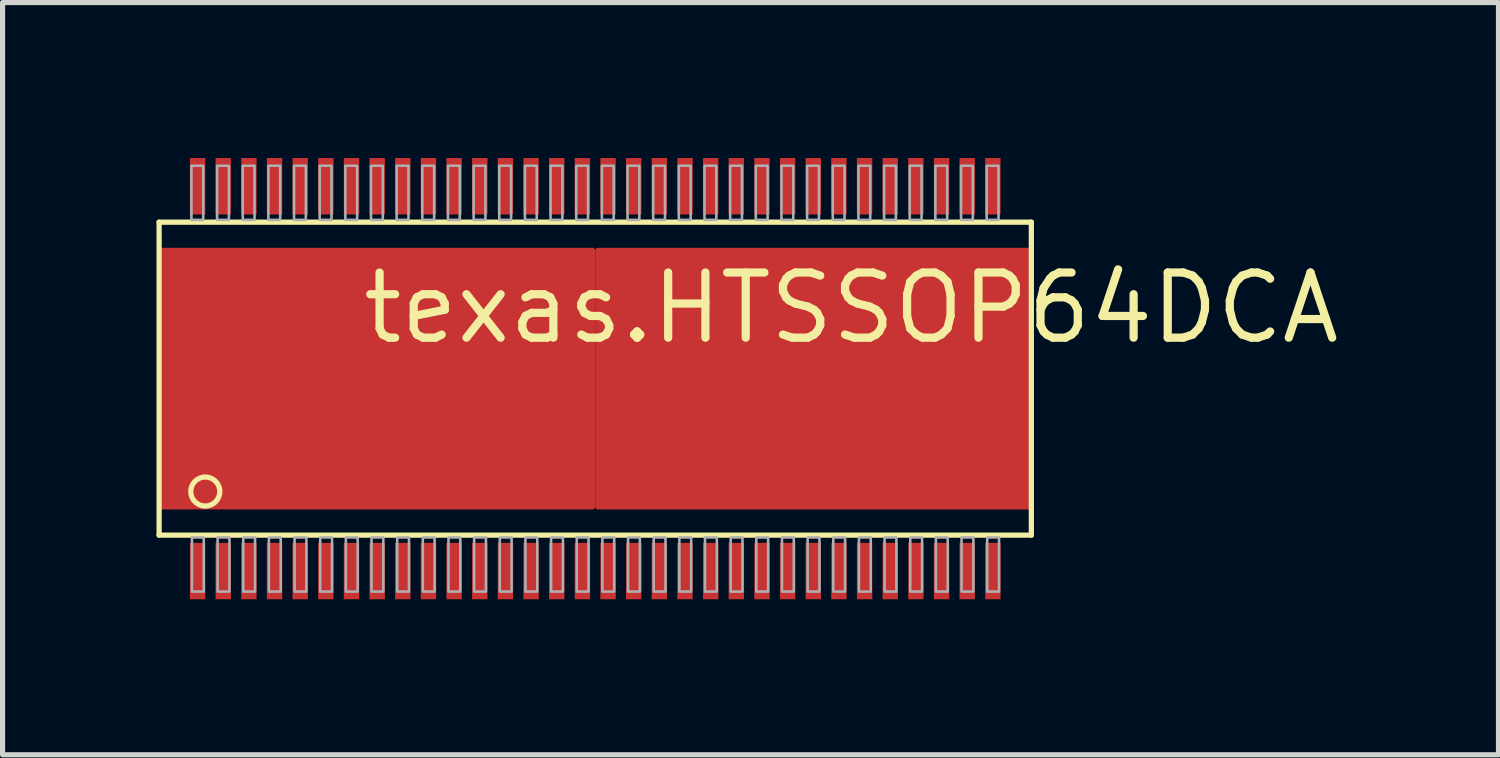
<source format=kicad_pcb>
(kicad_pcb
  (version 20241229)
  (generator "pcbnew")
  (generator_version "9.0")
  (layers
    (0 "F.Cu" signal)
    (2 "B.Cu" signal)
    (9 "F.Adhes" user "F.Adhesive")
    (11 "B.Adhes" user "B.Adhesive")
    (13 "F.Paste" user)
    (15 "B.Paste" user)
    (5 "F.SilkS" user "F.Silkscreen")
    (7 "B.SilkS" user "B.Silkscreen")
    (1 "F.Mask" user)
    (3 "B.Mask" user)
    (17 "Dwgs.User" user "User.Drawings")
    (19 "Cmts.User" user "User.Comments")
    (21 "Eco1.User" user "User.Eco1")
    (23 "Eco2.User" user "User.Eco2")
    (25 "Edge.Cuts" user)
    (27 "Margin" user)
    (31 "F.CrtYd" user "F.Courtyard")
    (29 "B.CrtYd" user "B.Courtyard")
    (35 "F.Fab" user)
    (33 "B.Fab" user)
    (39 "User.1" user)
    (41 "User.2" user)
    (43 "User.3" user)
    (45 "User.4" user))
  (footprint "texas.HTSSOP64DCA"
    (layer "F.Cu")
    (at 8.551 4.33)
    (property "Reference" "texas.HTSSOP64DCA" (at -4.61 -0.635 0) (layer "F.SilkS") (effects (font (size 1.27 1.27) (thickness 0.16)) (justify left bottom)))
    (attr smd)
    (fp_rect (start -8.5 2.55) (end 8.5 -2.54) (stroke (width 0.05) (type default)) (fill yes) (layer "F.Mask"))
    (fp_rect (start -7.905 -3.195) (end -7.595 -4.305) (stroke (width 0.05) (type default)) (fill yes) (layer "F.Mask"))
    (fp_rect (start -7.905 4.305) (end -7.595 3.195) (stroke (width 0.05) (type default)) (fill yes) (layer "F.Mask"))
    (fp_rect (start -7.405 -3.195) (end -7.095 -4.305) (stroke (width 0.05) (type default)) (fill yes) (layer "F.Mask"))
    (fp_rect (start -7.405 4.305) (end -7.095 3.195) (stroke (width 0.05) (type default)) (fill yes) (layer "F.Mask"))
    (fp_rect (start -6.905 -3.195) (end -6.595 -4.305) (stroke (width 0.05) (type default)) (fill yes) (layer "F.Mask"))
    (fp_rect (start -6.905 4.305) (end -6.595 3.195) (stroke (width 0.05) (type default)) (fill yes) (layer "F.Mask"))
    (fp_rect (start -6.405 -3.195) (end -6.095 -4.305) (stroke (width 0.05) (type default)) (fill yes) (layer "F.Mask"))
    (fp_rect (start -6.405 4.305) (end -6.095 3.195) (stroke (width 0.05) (type default)) (fill yes) (layer "F.Mask"))
    (fp_rect (start -5.905 -3.195) (end -5.595 -4.305) (stroke (width 0.05) (type default)) (fill yes) (layer "F.Mask"))
    (fp_rect (start -5.905 4.305) (end -5.595 3.195) (stroke (width 0.05) (type default)) (fill yes) (layer "F.Mask"))
    (fp_rect (start -5.405 -3.195) (end -5.095 -4.305) (stroke (width 0.05) (type default)) (fill yes) (layer "F.Mask"))
    (fp_rect (start -5.405 4.305) (end -5.095 3.195) (stroke (width 0.05) (type default)) (fill yes) (layer "F.Mask"))
    (fp_rect (start -4.905 -3.195) (end -4.595 -4.305) (stroke (width 0.05) (type default)) (fill yes) (layer "F.Mask"))
    (fp_rect (start -4.905 4.305) (end -4.595 3.195) (stroke (width 0.05) (type default)) (fill yes) (layer "F.Mask"))
    (fp_rect (start -4.405 -3.195) (end -4.095 -4.305) (stroke (width 0.05) (type default)) (fill yes) (layer "F.Mask"))
    (fp_rect (start -4.405 4.305) (end -4.095 3.195) (stroke (width 0.05) (type default)) (fill yes) (layer "F.Mask"))
    (fp_rect (start -3.905 -3.195) (end -3.595 -4.305) (stroke (width 0.05) (type default)) (fill yes) (layer "F.Mask"))
    (fp_rect (start -3.905 4.305) (end -3.595 3.195) (stroke (width 0.05) (type default)) (fill yes) (layer "F.Mask"))
    (fp_rect (start -3.405 -3.195) (end -3.095 -4.305) (stroke (width 0.05) (type default)) (fill yes) (layer "F.Mask"))
    (fp_rect (start -3.405 4.305) (end -3.095 3.195) (stroke (width 0.05) (type default)) (fill yes) (layer "F.Mask"))
    (fp_rect (start -2.905 -3.195) (end -2.595 -4.305) (stroke (width 0.05) (type default)) (fill yes) (layer "F.Mask"))
    (fp_rect (start -2.905 4.305) (end -2.595 3.195) (stroke (width 0.05) (type default)) (fill yes) (layer "F.Mask"))
    (fp_rect (start -2.405 -3.195) (end -2.095 -4.305) (stroke (width 0.05) (type default)) (fill yes) (layer "F.Mask"))
    (fp_rect (start -2.405 4.305) (end -2.095 3.195) (stroke (width 0.05) (type default)) (fill yes) (layer "F.Mask"))
    (fp_rect (start -1.905 -3.195) (end -1.595 -4.305) (stroke (width 0.05) (type default)) (fill yes) (layer "F.Mask"))
    (fp_rect (start -1.905 4.305) (end -1.595 3.195) (stroke (width 0.05) (type default)) (fill yes) (layer "F.Mask"))
    (fp_rect (start -1.405 -3.195) (end -1.095 -4.305) (stroke (width 0.05) (type default)) (fill yes) (layer "F.Mask"))
    (fp_rect (start -1.405 4.305) (end -1.095 3.195) (stroke (width 0.05) (type default)) (fill yes) (layer "F.Mask"))
    (fp_rect (start -0.905 -3.195) (end -0.595 -4.305) (stroke (width 0.05) (type default)) (fill yes) (layer "F.Mask"))
    (fp_rect (start -0.905 4.305) (end -0.595 3.195) (stroke (width 0.05) (type default)) (fill yes) (layer "F.Mask"))
    (fp_rect (start -0.405 -3.195) (end -0.095 -4.305) (stroke (width 0.05) (type default)) (fill yes) (layer "F.Mask"))
    (fp_rect (start -0.405 4.305) (end -0.095 3.195) (stroke (width 0.05) (type default)) (fill yes) (layer "F.Mask"))
    (fp_rect (start 0.095 -3.195) (end 0.405 -4.305) (stroke (width 0.05) (type default)) (fill yes) (layer "F.Mask"))
    (fp_rect (start 0.095 4.305) (end 0.405 3.195) (stroke (width 0.05) (type default)) (fill yes) (layer "F.Mask"))
    (fp_rect (start 0.595 -3.195) (end 0.905 -4.305) (stroke (width 0.05) (type default)) (fill yes) (layer "F.Mask"))
    (fp_rect (start 0.595 4.305) (end 0.905 3.195) (stroke (width 0.05) (type default)) (fill yes) (layer "F.Mask"))
    (fp_rect (start 1.095 -3.195) (end 1.405 -4.305) (stroke (width 0.05) (type default)) (fill yes) (layer "F.Mask"))
    (fp_rect (start 1.095 4.305) (end 1.405 3.195) (stroke (width 0.05) (type default)) (fill yes) (layer "F.Mask"))
    (fp_rect (start 1.595 -3.195) (end 1.905 -4.305) (stroke (width 0.05) (type default)) (fill yes) (layer "F.Mask"))
    (fp_rect (start 1.595 4.305) (end 1.905 3.195) (stroke (width 0.05) (type default)) (fill yes) (layer "F.Mask"))
    (fp_rect (start 2.095 -3.195) (end 2.405 -4.305) (stroke (width 0.05) (type default)) (fill yes) (layer "F.Mask"))
    (fp_rect (start 2.095 4.305) (end 2.405 3.195) (stroke (width 0.05) (type default)) (fill yes) (layer "F.Mask"))
    (fp_rect (start 2.595 -3.195) (end 2.905 -4.305) (stroke (width 0.05) (type default)) (fill yes) (layer "F.Mask"))
    (fp_rect (start 2.595 4.305) (end 2.905 3.195) (stroke (width 0.05) (type default)) (fill yes) (layer "F.Mask"))
    (fp_rect (start 3.095 -3.195) (end 3.405 -4.305) (stroke (width 0.05) (type default)) (fill yes) (layer "F.Mask"))
    (fp_rect (start 3.095 4.305) (end 3.405 3.195) (stroke (width 0.05) (type default)) (fill yes) (layer "F.Mask"))
    (fp_rect (start 3.595 -3.195) (end 3.905 -4.305) (stroke (width 0.05) (type default)) (fill yes) (layer "F.Mask"))
    (fp_rect (start 3.595 4.305) (end 3.905 3.195) (stroke (width 0.05) (type default)) (fill yes) (layer "F.Mask"))
    (fp_rect (start 4.095 -3.195) (end 4.405 -4.305) (stroke (width 0.05) (type default)) (fill yes) (layer "F.Mask"))
    (fp_rect (start 4.095 4.305) (end 4.405 3.195) (stroke (width 0.05) (type default)) (fill yes) (layer "F.Mask"))
    (fp_rect (start 4.595 -3.195) (end 4.905 -4.305) (stroke (width 0.05) (type default)) (fill yes) (layer "F.Mask"))
    (fp_rect (start 4.595 4.305) (end 4.905 3.195) (stroke (width 0.05) (type default)) (fill yes) (layer "F.Mask"))
    (fp_rect (start 5.095 -3.195) (end 5.405 -4.305) (stroke (width 0.05) (type default)) (fill yes) (layer "F.Mask"))
    (fp_rect (start 5.095 4.305) (end 5.405 3.195) (stroke (width 0.05) (type default)) (fill yes) (layer "F.Mask"))
    (fp_rect (start 5.595 -3.195) (end 5.905 -4.305) (stroke (width 0.05) (type default)) (fill yes) (layer "F.Mask"))
    (fp_rect (start 5.595 4.305) (end 5.905 3.195) (stroke (width 0.05) (type default)) (fill yes) (layer "F.Mask"))
    (fp_rect (start 6.095 -3.195) (end 6.405 -4.305) (stroke (width 0.05) (type default)) (fill yes) (layer "F.Mask"))
    (fp_rect (start 6.095 4.305) (end 6.405 3.195) (stroke (width 0.05) (type default)) (fill yes) (layer "F.Mask"))
    (fp_rect (start 6.595 -3.195) (end 6.905 -4.305) (stroke (width 0.05) (type default)) (fill yes) (layer "F.Mask"))
    (fp_rect (start 6.595 4.305) (end 6.905 3.195) (stroke (width 0.05) (type default)) (fill yes) (layer "F.Mask"))
    (fp_rect (start 7.095 -3.195) (end 7.405 -4.305) (stroke (width 0.05) (type default)) (fill yes) (layer "F.Mask"))
    (fp_rect (start 7.095 4.305) (end 7.405 3.195) (stroke (width 0.05) (type default)) (fill yes) (layer "F.Mask"))
    (fp_rect (start 7.595 -3.195) (end 7.905 -4.305) (stroke (width 0.05) (type default)) (fill yes) (layer "F.Mask"))
    (fp_rect (start 7.595 4.305) (end 7.905 3.195) (stroke (width 0.05) (type default)) (fill yes) (layer "F.Mask"))
    (fp_line (start -8.5 -3.05) (end 8.5 -3.05) (stroke (width 0.102) (type default)) (layer "F.SilkS"))
    (fp_line (start -8.5 3.05) (end -8.5 -3.05) (stroke (width 0.102) (type default)) (layer "F.SilkS"))
    (fp_line (start 8.5 -3.05) (end 8.5 3.05) (stroke (width 0.102) (type default)) (layer "F.SilkS"))
    (fp_line (start 8.5 3.05) (end -8.5 3.05) (stroke (width 0.102) (type default)) (layer "F.SilkS"))
    (fp_circle (center -7.6 2.2) (end -7.317 2.2) (stroke (width 0.102) (type default)) (fill no) (layer "F.SilkS"))
    (fp_rect (start -7.89 -3.215) (end -7.61 -4.285) (stroke (width 0.05) (type default)) (fill yes) (layer "F.Paste"))
    (fp_rect (start -7.89 4.285) (end -7.61 3.215) (stroke (width 0.05) (type default)) (fill yes) (layer "F.Paste"))
    (fp_rect (start -7.39 -3.215) (end -7.11 -4.285) (stroke (width 0.05) (type default)) (fill yes) (layer "F.Paste"))
    (fp_rect (start -7.39 4.285) (end -7.11 3.215) (stroke (width 0.05) (type default)) (fill yes) (layer "F.Paste"))
    (fp_rect (start -6.89 -3.215) (end -6.61 -4.285) (stroke (width 0.05) (type default)) (fill yes) (layer "F.Paste"))
    (fp_rect (start -6.89 4.285) (end -6.61 3.215) (stroke (width 0.05) (type default)) (fill yes) (layer "F.Paste"))
    (fp_rect (start -6.39 -3.215) (end -6.11 -4.285) (stroke (width 0.05) (type default)) (fill yes) (layer "F.Paste"))
    (fp_rect (start -6.39 4.285) (end -6.11 3.215) (stroke (width 0.05) (type default)) (fill yes) (layer "F.Paste"))
    (fp_rect (start -5.89 -3.215) (end -5.61 -4.285) (stroke (width 0.05) (type default)) (fill yes) (layer "F.Paste"))
    (fp_rect (start -5.89 4.285) (end -5.61 3.215) (stroke (width 0.05) (type default)) (fill yes) (layer "F.Paste"))
    (fp_rect (start -5.39 -3.215) (end -5.11 -4.285) (stroke (width 0.05) (type default)) (fill yes) (layer "F.Paste"))
    (fp_rect (start -5.39 4.285) (end -5.11 3.215) (stroke (width 0.05) (type default)) (fill yes) (layer "F.Paste"))
    (fp_rect (start -4.89 -3.215) (end -4.61 -4.285) (stroke (width 0.05) (type default)) (fill yes) (layer "F.Paste"))
    (fp_rect (start -4.89 4.285) (end -4.61 3.215) (stroke (width 0.05) (type default)) (fill yes) (layer "F.Paste"))
    (fp_rect (start -4.39 -3.215) (end -4.11 -4.285) (stroke (width 0.05) (type default)) (fill yes) (layer "F.Paste"))
    (fp_rect (start -4.39 4.285) (end -4.11 3.215) (stroke (width 0.05) (type default)) (fill yes) (layer "F.Paste"))
    (fp_rect (start -3.89 -3.215) (end -3.61 -4.285) (stroke (width 0.05) (type default)) (fill yes) (layer "F.Paste"))
    (fp_rect (start -3.89 4.285) (end -3.61 3.215) (stroke (width 0.05) (type default)) (fill yes) (layer "F.Paste"))
    (fp_rect (start -3.39 -3.215) (end -3.11 -4.285) (stroke (width 0.05) (type default)) (fill yes) (layer "F.Paste"))
    (fp_rect (start -3.39 4.285) (end -3.11 3.215) (stroke (width 0.05) (type default)) (fill yes) (layer "F.Paste"))
    (fp_rect (start -2.89 -3.215) (end -2.61 -4.285) (stroke (width 0.05) (type default)) (fill yes) (layer "F.Paste"))
    (fp_rect (start -2.89 4.285) (end -2.61 3.215) (stroke (width 0.05) (type default)) (fill yes) (layer "F.Paste"))
    (fp_rect (start -2.39 -3.215) (end -2.11 -4.285) (stroke (width 0.05) (type default)) (fill yes) (layer "F.Paste"))
    (fp_rect (start -2.39 4.285) (end -2.11 3.215) (stroke (width 0.05) (type default)) (fill yes) (layer "F.Paste"))
    (fp_rect (start -1.89 -3.215) (end -1.61 -4.285) (stroke (width 0.05) (type default)) (fill yes) (layer "F.Paste"))
    (fp_rect (start -1.89 4.285) (end -1.61 3.215) (stroke (width 0.05) (type default)) (fill yes) (layer "F.Paste"))
    (fp_rect (start -1.39 -3.215) (end -1.11 -4.285) (stroke (width 0.05) (type default)) (fill yes) (layer "F.Paste"))
    (fp_rect (start -1.39 4.285) (end -1.11 3.215) (stroke (width 0.05) (type default)) (fill yes) (layer "F.Paste"))
    (fp_rect (start -0.89 -3.215) (end -0.61 -4.285) (stroke (width 0.05) (type default)) (fill yes) (layer "F.Paste"))
    (fp_rect (start -0.89 4.285) (end -0.61 3.215) (stroke (width 0.05) (type default)) (fill yes) (layer "F.Paste"))
    (fp_rect (start -0.39 -3.215) (end -0.11 -4.285) (stroke (width 0.05) (type default)) (fill yes) (layer "F.Paste"))
    (fp_rect (start -0.39 4.285) (end -0.11 3.215) (stroke (width 0.05) (type default)) (fill yes) (layer "F.Paste"))
    (fp_rect (start 0.11 -3.215) (end 0.39 -4.285) (stroke (width 0.05) (type default)) (fill yes) (layer "F.Paste"))
    (fp_rect (start 0.11 4.285) (end 0.39 3.215) (stroke (width 0.05) (type default)) (fill yes) (layer "F.Paste"))
    (fp_rect (start 0.61 -3.215) (end 0.89 -4.285) (stroke (width 0.05) (type default)) (fill yes) (layer "F.Paste"))
    (fp_rect (start 0.61 4.285) (end 0.89 3.215) (stroke (width 0.05) (type default)) (fill yes) (layer "F.Paste"))
    (fp_rect (start 1.11 -3.215) (end 1.39 -4.285) (stroke (width 0.05) (type default)) (fill yes) (layer "F.Paste"))
    (fp_rect (start 1.11 4.285) (end 1.39 3.215) (stroke (width 0.05) (type default)) (fill yes) (layer "F.Paste"))
    (fp_rect (start 1.61 -3.215) (end 1.89 -4.285) (stroke (width 0.05) (type default)) (fill yes) (layer "F.Paste"))
    (fp_rect (start 1.61 4.285) (end 1.89 3.215) (stroke (width 0.05) (type default)) (fill yes) (layer "F.Paste"))
    (fp_rect (start 2.11 -3.215) (end 2.39 -4.285) (stroke (width 0.05) (type default)) (fill yes) (layer "F.Paste"))
    (fp_rect (start 2.11 4.285) (end 2.39 3.215) (stroke (width 0.05) (type default)) (fill yes) (layer "F.Paste"))
    (fp_rect (start 2.61 -3.215) (end 2.89 -4.285) (stroke (width 0.05) (type default)) (fill yes) (layer "F.Paste"))
    (fp_rect (start 2.61 4.285) (end 2.89 3.215) (stroke (width 0.05) (type default)) (fill yes) (layer "F.Paste"))
    (fp_rect (start 3.11 -3.215) (end 3.39 -4.285) (stroke (width 0.05) (type default)) (fill yes) (layer "F.Paste"))
    (fp_rect (start 3.11 4.285) (end 3.39 3.215) (stroke (width 0.05) (type default)) (fill yes) (layer "F.Paste"))
    (fp_rect (start 3.61 -3.215) (end 3.89 -4.285) (stroke (width 0.05) (type default)) (fill yes) (layer "F.Paste"))
    (fp_rect (start 3.61 4.285) (end 3.89 3.215) (stroke (width 0.05) (type default)) (fill yes) (layer "F.Paste"))
    (fp_rect (start 4.11 -3.215) (end 4.39 -4.285) (stroke (width 0.05) (type default)) (fill yes) (layer "F.Paste"))
    (fp_rect (start 4.11 4.285) (end 4.39 3.215) (stroke (width 0.05) (type default)) (fill yes) (layer "F.Paste"))
    (fp_rect (start 4.61 -3.215) (end 4.89 -4.285) (stroke (width 0.05) (type default)) (fill yes) (layer "F.Paste"))
    (fp_rect (start 4.61 4.285) (end 4.89 3.215) (stroke (width 0.05) (type default)) (fill yes) (layer "F.Paste"))
    (fp_rect (start 5.11 -3.215) (end 5.39 -4.285) (stroke (width 0.05) (type default)) (fill yes) (layer "F.Paste"))
    (fp_rect (start 5.11 4.285) (end 5.39 3.215) (stroke (width 0.05) (type default)) (fill yes) (layer "F.Paste"))
    (fp_rect (start 5.61 -3.215) (end 5.89 -4.285) (stroke (width 0.05) (type default)) (fill yes) (layer "F.Paste"))
    (fp_rect (start 5.61 4.285) (end 5.89 3.215) (stroke (width 0.05) (type default)) (fill yes) (layer "F.Paste"))
    (fp_rect (start 6.11 -3.215) (end 6.39 -4.285) (stroke (width 0.05) (type default)) (fill yes) (layer "F.Paste"))
    (fp_rect (start 6.11 4.285) (end 6.39 3.215) (stroke (width 0.05) (type default)) (fill yes) (layer "F.Paste"))
    (fp_rect (start 6.61 -3.215) (end 6.89 -4.285) (stroke (width 0.05) (type default)) (fill yes) (layer "F.Paste"))
    (fp_rect (start 6.61 4.285) (end 6.89 3.215) (stroke (width 0.05) (type default)) (fill yes) (layer "F.Paste"))
    (fp_rect (start 7.11 -3.215) (end 7.39 -4.285) (stroke (width 0.05) (type default)) (fill yes) (layer "F.Paste"))
    (fp_rect (start 7.11 4.285) (end 7.39 3.215) (stroke (width 0.05) (type default)) (fill yes) (layer "F.Paste"))
    (fp_rect (start 7.61 -3.215) (end 7.89 -4.285) (stroke (width 0.05) (type default)) (fill yes) (layer "F.Paste"))
    (fp_rect (start 7.61 4.285) (end 7.89 3.215) (stroke (width 0.05) (type default)) (fill yes) (layer "F.Paste"))
    (fp_rect (start -7.87 -3.095) (end -7.64 -4.15) (stroke (width 0.05) (type default)) (fill no) (layer "F.Fab"))
    (fp_rect (start -7.86 4.15) (end -7.63 3.095) (stroke (width 0.05) (type default)) (fill no) (layer "F.Fab"))
    (fp_rect (start -7.37 -3.095) (end -7.14 -4.15) (stroke (width 0.05) (type default)) (fill no) (layer "F.Fab"))
    (fp_rect (start -7.36 4.15) (end -7.13 3.095) (stroke (width 0.05) (type default)) (fill no) (layer "F.Fab"))
    (fp_rect (start -6.87 -3.095) (end -6.64 -4.15) (stroke (width 0.05) (type default)) (fill no) (layer "F.Fab"))
    (fp_rect (start -6.86 4.15) (end -6.63 3.095) (stroke (width 0.05) (type default)) (fill no) (layer "F.Fab"))
    (fp_rect (start -6.37 -3.095) (end -6.14 -4.15) (stroke (width 0.05) (type default)) (fill no) (layer "F.Fab"))
    (fp_rect (start -6.36 4.15) (end -6.13 3.095) (stroke (width 0.05) (type default)) (fill no) (layer "F.Fab"))
    (fp_rect (start -5.87 -3.095) (end -5.64 -4.15) (stroke (width 0.05) (type default)) (fill no) (layer "F.Fab"))
    (fp_rect (start -5.86 4.15) (end -5.63 3.095) (stroke (width 0.05) (type default)) (fill no) (layer "F.Fab"))
    (fp_rect (start -5.37 -3.095) (end -5.14 -4.15) (stroke (width 0.05) (type default)) (fill no) (layer "F.Fab"))
    (fp_rect (start -5.36 4.15) (end -5.13 3.095) (stroke (width 0.05) (type default)) (fill no) (layer "F.Fab"))
    (fp_rect (start -4.87 -3.095) (end -4.64 -4.15) (stroke (width 0.05) (type default)) (fill no) (layer "F.Fab"))
    (fp_rect (start -4.86 4.15) (end -4.63 3.095) (stroke (width 0.05) (type default)) (fill no) (layer "F.Fab"))
    (fp_rect (start -4.37 -3.095) (end -4.14 -4.15) (stroke (width 0.05) (type default)) (fill no) (layer "F.Fab"))
    (fp_rect (start -4.36 4.15) (end -4.13 3.095) (stroke (width 0.05) (type default)) (fill no) (layer "F.Fab"))
    (fp_rect (start -3.87 -3.095) (end -3.64 -4.15) (stroke (width 0.05) (type default)) (fill no) (layer "F.Fab"))
    (fp_rect (start -3.86 4.15) (end -3.63 3.095) (stroke (width 0.05) (type default)) (fill no) (layer "F.Fab"))
    (fp_rect (start -3.37 -3.095) (end -3.14 -4.15) (stroke (width 0.05) (type default)) (fill no) (layer "F.Fab"))
    (fp_rect (start -3.36 4.15) (end -3.13 3.095) (stroke (width 0.05) (type default)) (fill no) (layer "F.Fab"))
    (fp_rect (start -2.87 -3.095) (end -2.64 -4.15) (stroke (width 0.05) (type default)) (fill no) (layer "F.Fab"))
    (fp_rect (start -2.86 4.15) (end -2.63 3.095) (stroke (width 0.05) (type default)) (fill no) (layer "F.Fab"))
    (fp_rect (start -2.37 -3.095) (end -2.14 -4.15) (stroke (width 0.05) (type default)) (fill no) (layer "F.Fab"))
    (fp_rect (start -2.36 4.15) (end -2.13 3.095) (stroke (width 0.05) (type default)) (fill no) (layer "F.Fab"))
    (fp_rect (start -1.87 -3.095) (end -1.64 -4.15) (stroke (width 0.05) (type default)) (fill no) (layer "F.Fab"))
    (fp_rect (start -1.86 4.15) (end -1.63 3.095) (stroke (width 0.05) (type default)) (fill no) (layer "F.Fab"))
    (fp_rect (start -1.37 -3.095) (end -1.14 -4.15) (stroke (width 0.05) (type default)) (fill no) (layer "F.Fab"))
    (fp_rect (start -1.36 4.15) (end -1.13 3.095) (stroke (width 0.05) (type default)) (fill no) (layer "F.Fab"))
    (fp_rect (start -0.87 -3.095) (end -0.64 -4.15) (stroke (width 0.05) (type default)) (fill no) (layer "F.Fab"))
    (fp_rect (start -0.86 4.15) (end -0.63 3.095) (stroke (width 0.05) (type default)) (fill no) (layer "F.Fab"))
    (fp_rect (start -0.37 -3.095) (end -0.14 -4.15) (stroke (width 0.05) (type default)) (fill no) (layer "F.Fab"))
    (fp_rect (start -0.36 4.15) (end -0.13 3.095) (stroke (width 0.05) (type default)) (fill no) (layer "F.Fab"))
    (fp_rect (start 0.13 -3.095) (end 0.36 -4.15) (stroke (width 0.05) (type default)) (fill no) (layer "F.Fab"))
    (fp_rect (start 0.14 4.15) (end 0.37 3.095) (stroke (width 0.05) (type default)) (fill no) (layer "F.Fab"))
    (fp_rect (start 0.63 -3.095) (end 0.86 -4.15) (stroke (width 0.05) (type default)) (fill no) (layer "F.Fab"))
    (fp_rect (start 0.64 4.15) (end 0.87 3.095) (stroke (width 0.05) (type default)) (fill no) (layer "F.Fab"))
    (fp_rect (start 1.13 -3.095) (end 1.36 -4.15) (stroke (width 0.05) (type default)) (fill no) (layer "F.Fab"))
    (fp_rect (start 1.14 4.15) (end 1.37 3.095) (stroke (width 0.05) (type default)) (fill no) (layer "F.Fab"))
    (fp_rect (start 1.63 -3.095) (end 1.86 -4.15) (stroke (width 0.05) (type default)) (fill no) (layer "F.Fab"))
    (fp_rect (start 1.64 4.15) (end 1.87 3.095) (stroke (width 0.05) (type default)) (fill no) (layer "F.Fab"))
    (fp_rect (start 2.13 -3.095) (end 2.36 -4.15) (stroke (width 0.05) (type default)) (fill no) (layer "F.Fab"))
    (fp_rect (start 2.14 4.15) (end 2.37 3.095) (stroke (width 0.05) (type default)) (fill no) (layer "F.Fab"))
    (fp_rect (start 2.63 -3.095) (end 2.86 -4.15) (stroke (width 0.05) (type default)) (fill no) (layer "F.Fab"))
    (fp_rect (start 2.64 4.15) (end 2.87 3.095) (stroke (width 0.05) (type default)) (fill no) (layer "F.Fab"))
    (fp_rect (start 3.13 -3.095) (end 3.36 -4.15) (stroke (width 0.05) (type default)) (fill no) (layer "F.Fab"))
    (fp_rect (start 3.14 4.15) (end 3.37 3.095) (stroke (width 0.05) (type default)) (fill no) (layer "F.Fab"))
    (fp_rect (start 3.63 -3.095) (end 3.86 -4.15) (stroke (width 0.05) (type default)) (fill no) (layer "F.Fab"))
    (fp_rect (start 3.64 4.15) (end 3.87 3.095) (stroke (width 0.05) (type default)) (fill no) (layer "F.Fab"))
    (fp_rect (start 4.13 -3.095) (end 4.36 -4.15) (stroke (width 0.05) (type default)) (fill no) (layer "F.Fab"))
    (fp_rect (start 4.14 4.15) (end 4.37 3.095) (stroke (width 0.05) (type default)) (fill no) (layer "F.Fab"))
    (fp_rect (start 4.63 -3.095) (end 4.86 -4.15) (stroke (width 0.05) (type default)) (fill no) (layer "F.Fab"))
    (fp_rect (start 4.64 4.15) (end 4.87 3.095) (stroke (width 0.05) (type default)) (fill no) (layer "F.Fab"))
    (fp_rect (start 5.13 -3.095) (end 5.36 -4.15) (stroke (width 0.05) (type default)) (fill no) (layer "F.Fab"))
    (fp_rect (start 5.14 4.15) (end 5.37 3.095) (stroke (width 0.05) (type default)) (fill no) (layer "F.Fab"))
    (fp_rect (start 5.63 -3.095) (end 5.86 -4.15) (stroke (width 0.05) (type default)) (fill no) (layer "F.Fab"))
    (fp_rect (start 5.64 4.15) (end 5.87 3.095) (stroke (width 0.05) (type default)) (fill no) (layer "F.Fab"))
    (fp_rect (start 6.13 -3.095) (end 6.36 -4.15) (stroke (width 0.05) (type default)) (fill no) (layer "F.Fab"))
    (fp_rect (start 6.14 4.15) (end 6.37 3.095) (stroke (width 0.05) (type default)) (fill no) (layer "F.Fab"))
    (fp_rect (start 6.63 -3.095) (end 6.86 -4.15) (stroke (width 0.05) (type default)) (fill no) (layer "F.Fab"))
    (fp_rect (start 6.64 4.15) (end 6.87 3.095) (stroke (width 0.05) (type default)) (fill no) (layer "F.Fab"))
    (fp_rect (start 7.13 -3.095) (end 7.36 -4.15) (stroke (width 0.05) (type default)) (fill no) (layer "F.Fab"))
    (fp_rect (start 7.14 4.15) (end 7.37 3.095) (stroke (width 0.05) (type default)) (fill no) (layer "F.Fab"))
    (fp_rect (start 7.63 -3.095) (end 7.86 -4.15) (stroke (width 0.05) (type default)) (fill no) (layer "F.Fab"))
    (fp_rect (start 7.64 4.15) (end 7.87 3.095) (stroke (width 0.05) (type default)) (fill no) (layer "F.Fab"))
    (pad "1" smd roundrect (at -7.75 3.75) (size 0.3 1.1) (layers "F.Cu" "F.Mask" "F.Paste") (roundrect_rratio 0.01))
    (pad "2" smd roundrect (at -7.25 3.75) (size 0.3 1.1) (layers "F.Cu" "F.Mask" "F.Paste") (roundrect_rratio 0.01))
    (pad "3" smd roundrect (at -6.75 3.75) (size 0.3 1.1) (layers "F.Cu" "F.Mask" "F.Paste") (roundrect_rratio 0.01))
    (pad "4" smd roundrect (at -6.25 3.75) (size 0.3 1.1) (layers "F.Cu" "F.Mask" "F.Paste") (roundrect_rratio 0.01))
    (pad "5" smd roundrect (at -5.75 3.75) (size 0.3 1.1) (layers "F.Cu" "F.Mask" "F.Paste") (roundrect_rratio 0.01))
    (pad "6" smd roundrect (at -5.25 3.75) (size 0.3 1.1) (layers "F.Cu" "F.Mask" "F.Paste") (roundrect_rratio 0.01))
    (pad "7" smd roundrect (at -4.75 3.75) (size 0.3 1.1) (layers "F.Cu" "F.Mask" "F.Paste") (roundrect_rratio 0.01))
    (pad "8" smd roundrect (at -4.25 3.75) (size 0.3 1.1) (layers "F.Cu" "F.Mask" "F.Paste") (roundrect_rratio 0.01))
    (pad "9" smd roundrect (at -3.75 3.75) (size 0.3 1.1) (layers "F.Cu" "F.Mask" "F.Paste") (roundrect_rratio 0.01))
    (pad "10" smd roundrect (at -3.25 3.75) (size 0.3 1.1) (layers "F.Cu" "F.Mask" "F.Paste") (roundrect_rratio 0.01))
    (pad "11" smd roundrect (at -2.75 3.75) (size 0.3 1.1) (layers "F.Cu" "F.Mask" "F.Paste") (roundrect_rratio 0.01))
    (pad "12" smd roundrect (at -2.25 3.75) (size 0.3 1.1) (layers "F.Cu" "F.Mask" "F.Paste") (roundrect_rratio 0.01))
    (pad "13" smd roundrect (at -1.75 3.75) (size 0.3 1.1) (layers "F.Cu" "F.Mask" "F.Paste") (roundrect_rratio 0.01))
    (pad "14" smd roundrect (at -1.25 3.75) (size 0.3 1.1) (layers "F.Cu" "F.Mask" "F.Paste") (roundrect_rratio 0.01))
    (pad "15" smd roundrect (at -0.75 3.75) (size 0.3 1.1) (layers "F.Cu" "F.Mask" "F.Paste") (roundrect_rratio 0.01))
    (pad "16" smd roundrect (at -0.25 3.75) (size 0.3 1.1) (layers "F.Cu" "F.Mask" "F.Paste") (roundrect_rratio 0.01))
    (pad "17" smd roundrect (at 0.25 3.75) (size 0.3 1.1) (layers "F.Cu" "F.Mask" "F.Paste") (roundrect_rratio 0.01))
    (pad "18" smd roundrect (at 0.75 3.75) (size 0.3 1.1) (layers "F.Cu" "F.Mask" "F.Paste") (roundrect_rratio 0.01))
    (pad "19" smd roundrect (at 1.25 3.75) (size 0.3 1.1) (layers "F.Cu" "F.Mask" "F.Paste") (roundrect_rratio 0.01))
    (pad "20" smd roundrect (at 1.75 3.75) (size 0.3 1.1) (layers "F.Cu" "F.Mask" "F.Paste") (roundrect_rratio 0.01))
    (pad "21" smd roundrect (at 2.25 3.75) (size 0.3 1.1) (layers "F.Cu" "F.Mask" "F.Paste") (roundrect_rratio 0.01))
    (pad "22" smd roundrect (at 2.75 3.75) (size 0.3 1.1) (layers "F.Cu" "F.Mask" "F.Paste") (roundrect_rratio 0.01))
    (pad "23" smd roundrect (at 3.25 3.75) (size 0.3 1.1) (layers "F.Cu" "F.Mask" "F.Paste") (roundrect_rratio 0.01))
    (pad "24" smd roundrect (at 3.75 3.75) (size 0.3 1.1) (layers "F.Cu" "F.Mask" "F.Paste") (roundrect_rratio 0.01))
    (pad "25" smd roundrect (at 4.25 3.75) (size 0.3 1.1) (layers "F.Cu" "F.Mask" "F.Paste") (roundrect_rratio 0.01))
    (pad "26" smd roundrect (at 4.75 3.75) (size 0.3 1.1) (layers "F.Cu" "F.Mask" "F.Paste") (roundrect_rratio 0.01))
    (pad "27" smd roundrect (at 5.25 3.75) (size 0.3 1.1) (layers "F.Cu" "F.Mask" "F.Paste") (roundrect_rratio 0.01))
    (pad "28" smd roundrect (at 5.75 3.75) (size 0.3 1.1) (layers "F.Cu" "F.Mask" "F.Paste") (roundrect_rratio 0.01))
    (pad "29" smd roundrect (at 6.25 3.75) (size 0.3 1.1) (layers "F.Cu" "F.Mask" "F.Paste") (roundrect_rratio 0.01))
    (pad "30" smd roundrect (at 6.75 3.75) (size 0.3 1.1) (layers "F.Cu" "F.Mask" "F.Paste") (roundrect_rratio 0.01))
    (pad "31" smd roundrect (at 7.25 3.75) (size 0.3 1.1) (layers "F.Cu" "F.Mask" "F.Paste") (roundrect_rratio 0.01))
    (pad "32" smd roundrect (at 7.75 3.75) (size 0.3 1.1) (layers "F.Cu" "F.Mask" "F.Paste") (roundrect_rratio 0.01))
    (pad "33" smd roundrect (at 7.75 -3.75 180) (size 0.3 1.1) (layers "F.Cu" "F.Mask" "F.Paste") (roundrect_rratio 0.01))
    (pad "34" smd roundrect (at 7.25 -3.75 180) (size 0.3 1.1) (layers "F.Cu" "F.Mask" "F.Paste") (roundrect_rratio 0.01))
    (pad "35" smd roundrect (at 6.75 -3.75 180) (size 0.3 1.1) (layers "F.Cu" "F.Mask" "F.Paste") (roundrect_rratio 0.01))
    (pad "36" smd roundrect (at 6.25 -3.75 180) (size 0.3 1.1) (layers "F.Cu" "F.Mask" "F.Paste") (roundrect_rratio 0.01))
    (pad "37" smd roundrect (at 5.75 -3.75 180) (size 0.3 1.1) (layers "F.Cu" "F.Mask" "F.Paste") (roundrect_rratio 0.01))
    (pad "38" smd roundrect (at 5.25 -3.75 180) (size 0.3 1.1) (layers "F.Cu" "F.Mask" "F.Paste") (roundrect_rratio 0.01))
    (pad "39" smd roundrect (at 4.75 -3.75 180) (size 0.3 1.1) (layers "F.Cu" "F.Mask" "F.Paste") (roundrect_rratio 0.01))
    (pad "40" smd roundrect (at 4.25 -3.75 180) (size 0.3 1.1) (layers "F.Cu" "F.Mask" "F.Paste") (roundrect_rratio 0.01))
    (pad "41" smd roundrect (at 3.75 -3.75 180) (size 0.3 1.1) (layers "F.Cu" "F.Mask" "F.Paste") (roundrect_rratio 0.01))
    (pad "42" smd roundrect (at 3.25 -3.75 180) (size 0.3 1.1) (layers "F.Cu" "F.Mask" "F.Paste") (roundrect_rratio 0.01))
    (pad "43" smd roundrect (at 2.75 -3.75 180) (size 0.3 1.1) (layers "F.Cu" "F.Mask" "F.Paste") (roundrect_rratio 0.01))
    (pad "44" smd roundrect (at 2.25 -3.75 180) (size 0.3 1.1) (layers "F.Cu" "F.Mask" "F.Paste") (roundrect_rratio 0.01))
    (pad "45" smd roundrect (at 1.75 -3.75 180) (size 0.3 1.1) (layers "F.Cu" "F.Mask" "F.Paste") (roundrect_rratio 0.01))
    (pad "46" smd roundrect (at 1.25 -3.75 180) (size 0.3 1.1) (layers "F.Cu" "F.Mask" "F.Paste") (roundrect_rratio 0.01))
    (pad "47" smd roundrect (at 0.75 -3.75 180) (size 0.3 1.1) (layers "F.Cu" "F.Mask" "F.Paste") (roundrect_rratio 0.01))
    (pad "48" smd roundrect (at 0.25 -3.75 180) (size 0.3 1.1) (layers "F.Cu" "F.Mask" "F.Paste") (roundrect_rratio 0.01))
    (pad "49" smd roundrect (at -0.25 -3.75 180) (size 0.3 1.1) (layers "F.Cu" "F.Mask" "F.Paste") (roundrect_rratio 0.01))
    (pad "50" smd roundrect (at -0.75 -3.75 180) (size 0.3 1.1) (layers "F.Cu" "F.Mask" "F.Paste") (roundrect_rratio 0.01))
    (pad "51" smd roundrect (at -1.25 -3.75 180) (size 0.3 1.1) (layers "F.Cu" "F.Mask" "F.Paste") (roundrect_rratio 0.01))
    (pad "52" smd roundrect (at -1.75 -3.75 180) (size 0.3 1.1) (layers "F.Cu" "F.Mask" "F.Paste") (roundrect_rratio 0.01))
    (pad "53" smd roundrect (at -2.25 -3.75 180) (size 0.3 1.1) (layers "F.Cu" "F.Mask" "F.Paste") (roundrect_rratio 0.01))
    (pad "54" smd roundrect (at -2.75 -3.75 180) (size 0.3 1.1) (layers "F.Cu" "F.Mask" "F.Paste") (roundrect_rratio 0.01))
    (pad "55" smd roundrect (at -3.25 -3.75 180) (size 0.3 1.1) (layers "F.Cu" "F.Mask" "F.Paste") (roundrect_rratio 0.01))
    (pad "56" smd roundrect (at -3.75 -3.75 180) (size 0.3 1.1) (layers "F.Cu" "F.Mask" "F.Paste") (roundrect_rratio 0.01))
    (pad "57" smd roundrect (at -4.25 -3.75 180) (size 0.3 1.1) (layers "F.Cu" "F.Mask" "F.Paste") (roundrect_rratio 0.01))
    (pad "58" smd roundrect (at -4.75 -3.75 180) (size 0.3 1.1) (layers "F.Cu" "F.Mask" "F.Paste") (roundrect_rratio 0.01))
    (pad "59" smd roundrect (at -5.25 -3.75 180) (size 0.3 1.1) (layers "F.Cu" "F.Mask" "F.Paste") (roundrect_rratio 0.01))
    (pad "60" smd roundrect (at -5.75 -3.75 180) (size 0.3 1.1) (layers "F.Cu" "F.Mask" "F.Paste") (roundrect_rratio 0.01))
    (pad "61" smd roundrect (at -6.25 -3.75 180) (size 0.3 1.1) (layers "F.Cu" "F.Mask" "F.Paste") (roundrect_rratio 0.01))
    (pad "62" smd roundrect (at -6.75 -3.75 180) (size 0.3 1.1) (layers "F.Cu" "F.Mask" "F.Paste") (roundrect_rratio 0.01))
    (pad "63" smd roundrect (at -7.25 -3.75 180) (size 0.3 1.1) (layers "F.Cu" "F.Mask" "F.Paste") (roundrect_rratio 0.01))
    (pad "64" smd roundrect (at -7.75 -3.75 180) (size 0.3 1.1) (layers "F.Cu" "F.Mask" "F.Paste") (roundrect_rratio 0.01))
    (pad "EXP@1" smd roundrect (at -4.25 0) (size 8.5 5.1) (layers "F.Cu" "F.Mask" "F.Paste") (roundrect_rratio 0.01))
    (pad "EXP@2" smd roundrect (at 4.25 0) (size 8.5 5.1) (layers "F.Cu" "F.Mask" "F.Paste") (roundrect_rratio 0.01)))
  (gr_rect
    (start -3 -3)
    (end 26.156 11.66)
    (stroke (width 0.1) (type default))
    (fill no)
    (layer "Edge.Cuts")))
</source>
